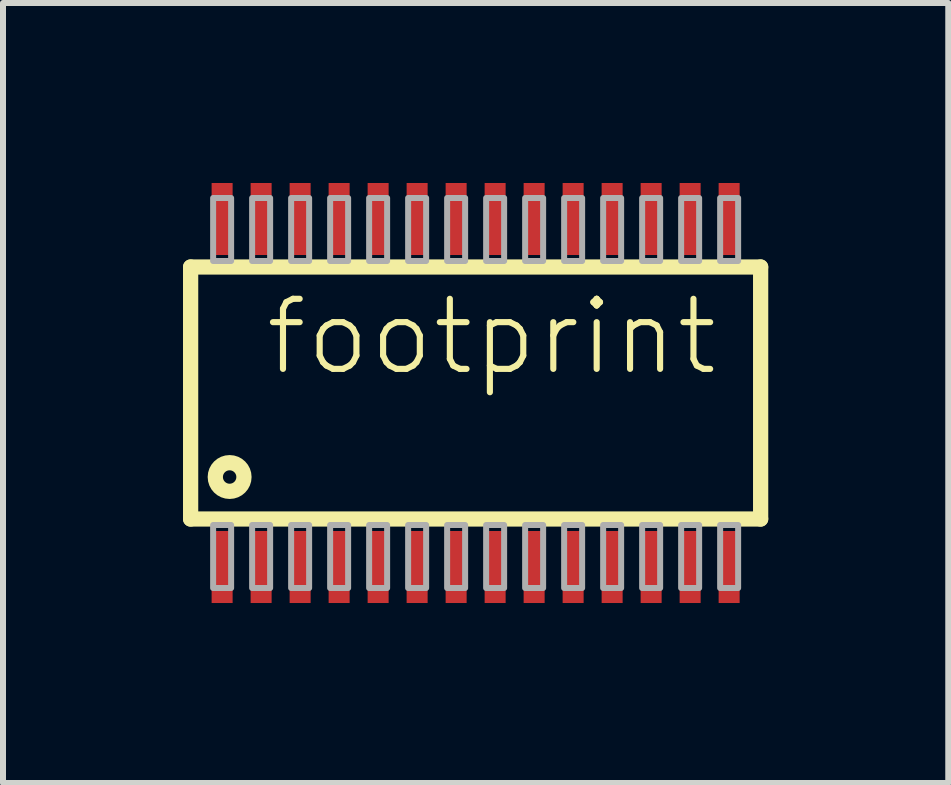
<source format=kicad_pcb>
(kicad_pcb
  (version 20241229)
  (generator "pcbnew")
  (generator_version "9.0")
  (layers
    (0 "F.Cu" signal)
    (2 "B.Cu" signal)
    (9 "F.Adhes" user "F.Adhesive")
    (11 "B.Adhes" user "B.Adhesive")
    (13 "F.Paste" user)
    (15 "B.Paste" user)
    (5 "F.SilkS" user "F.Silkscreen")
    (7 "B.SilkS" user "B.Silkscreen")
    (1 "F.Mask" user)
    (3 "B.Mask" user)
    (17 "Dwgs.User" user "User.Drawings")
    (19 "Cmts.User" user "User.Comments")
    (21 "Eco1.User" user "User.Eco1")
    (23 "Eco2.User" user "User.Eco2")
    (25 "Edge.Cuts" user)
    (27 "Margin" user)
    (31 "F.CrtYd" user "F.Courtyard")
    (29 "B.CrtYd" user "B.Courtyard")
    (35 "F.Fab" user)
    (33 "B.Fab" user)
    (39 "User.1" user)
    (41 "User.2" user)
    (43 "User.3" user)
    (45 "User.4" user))
  (footprint "footprint"
    (layer "F.Cu")
    (at 4.877 3.5)
    (property "Reference" "footprint" (at -3.556 -0.254 0) (layer "F.SilkS") (effects (font (size 1.168 1.168) (thickness 0.102)) (justify left bottom)))
    (fp_line (start -4.75 -2.1) (end -4.75 2.1) (stroke (width 0.254) (type solid)) (layer "F.SilkS"))
    (fp_line (start -4.75 2.1) (end 4.75 2.1) (stroke (width 0.254) (type solid)) (layer "F.SilkS"))
    (fp_line (start 4.75 -2.1) (end -4.75 -2.1) (stroke (width 0.254) (type solid)) (layer "F.SilkS"))
    (fp_line (start 4.75 2.1) (end 4.75 -2.1) (stroke (width 0.254) (type solid)) (layer "F.SilkS"))
    (fp_circle (center -4.1 1.4) (end -3.988 1.4) (stroke (width 0.254) (type solid)) (fill no) (layer "F.SilkS"))
    (fp_poly (pts (xy -4.375 -2.2) (xy -4.075 -2.2) (xy -4.075 -3.25) (xy -4.375 -3.25)) (stroke (width 0.1) (type solid)) (fill no) (layer "F.Fab"))
    (fp_poly (pts (xy -4.375 3.25) (xy -4.075 3.25) (xy -4.075 2.2) (xy -4.375 2.2)) (stroke (width 0.1) (type solid)) (fill no) (layer "F.Fab"))
    (fp_poly (pts (xy -3.725 -2.2) (xy -3.425 -2.2) (xy -3.425 -3.25) (xy -3.725 -3.25)) (stroke (width 0.1) (type solid)) (fill no) (layer "F.Fab"))
    (fp_poly (pts (xy -3.725 3.25) (xy -3.425 3.25) (xy -3.425 2.2) (xy -3.725 2.2)) (stroke (width 0.1) (type solid)) (fill no) (layer "F.Fab"))
    (fp_poly (pts (xy -3.075 -2.2) (xy -2.775 -2.2) (xy -2.775 -3.25) (xy -3.075 -3.25)) (stroke (width 0.1) (type solid)) (fill no) (layer "F.Fab"))
    (fp_poly (pts (xy -3.075 3.25) (xy -2.775 3.25) (xy -2.775 2.2) (xy -3.075 2.2)) (stroke (width 0.1) (type solid)) (fill no) (layer "F.Fab"))
    (fp_poly (pts (xy -2.425 -2.2) (xy -2.125 -2.2) (xy -2.125 -3.25) (xy -2.425 -3.25)) (stroke (width 0.1) (type solid)) (fill no) (layer "F.Fab"))
    (fp_poly (pts (xy -2.425 3.25) (xy -2.125 3.25) (xy -2.125 2.2) (xy -2.425 2.2)) (stroke (width 0.1) (type solid)) (fill no) (layer "F.Fab"))
    (fp_poly (pts (xy -1.775 -2.2) (xy -1.475 -2.2) (xy -1.475 -3.25) (xy -1.775 -3.25)) (stroke (width 0.1) (type solid)) (fill no) (layer "F.Fab"))
    (fp_poly (pts (xy -1.775 3.25) (xy -1.475 3.25) (xy -1.475 2.2) (xy -1.775 2.2)) (stroke (width 0.1) (type solid)) (fill no) (layer "F.Fab"))
    (fp_poly (pts (xy -1.125 -2.2) (xy -0.825 -2.2) (xy -0.825 -3.25) (xy -1.125 -3.25)) (stroke (width 0.1) (type solid)) (fill no) (layer "F.Fab"))
    (fp_poly (pts (xy -1.125 3.25) (xy -0.825 3.25) (xy -0.825 2.2) (xy -1.125 2.2)) (stroke (width 0.1) (type solid)) (fill no) (layer "F.Fab"))
    (fp_poly (pts (xy -0.475 -2.2) (xy -0.175 -2.2) (xy -0.175 -3.25) (xy -0.475 -3.25)) (stroke (width 0.1) (type solid)) (fill no) (layer "F.Fab"))
    (fp_poly (pts (xy -0.475 3.25) (xy -0.175 3.25) (xy -0.175 2.2) (xy -0.475 2.2)) (stroke (width 0.1) (type solid)) (fill no) (layer "F.Fab"))
    (fp_poly (pts (xy 0.175 -2.2) (xy 0.475 -2.2) (xy 0.475 -3.25) (xy 0.175 -3.25)) (stroke (width 0.1) (type solid)) (fill no) (layer "F.Fab"))
    (fp_poly (pts (xy 0.175 3.25) (xy 0.475 3.25) (xy 0.475 2.2) (xy 0.175 2.2)) (stroke (width 0.1) (type solid)) (fill no) (layer "F.Fab"))
    (fp_poly (pts (xy 0.825 -2.2) (xy 1.125 -2.2) (xy 1.125 -3.25) (xy 0.825 -3.25)) (stroke (width 0.1) (type solid)) (fill no) (layer "F.Fab"))
    (fp_poly (pts (xy 0.825 3.25) (xy 1.125 3.25) (xy 1.125 2.2) (xy 0.825 2.2)) (stroke (width 0.1) (type solid)) (fill no) (layer "F.Fab"))
    (fp_poly (pts (xy 1.475 -2.2) (xy 1.775 -2.2) (xy 1.775 -3.25) (xy 1.475 -3.25)) (stroke (width 0.1) (type solid)) (fill no) (layer "F.Fab"))
    (fp_poly (pts (xy 1.475 3.25) (xy 1.775 3.25) (xy 1.775 2.2) (xy 1.475 2.2)) (stroke (width 0.1) (type solid)) (fill no) (layer "F.Fab"))
    (fp_poly (pts (xy 2.125 -2.2) (xy 2.425 -2.2) (xy 2.425 -3.25) (xy 2.125 -3.25)) (stroke (width 0.1) (type solid)) (fill no) (layer "F.Fab"))
    (fp_poly (pts (xy 2.125 3.25) (xy 2.425 3.25) (xy 2.425 2.2) (xy 2.125 2.2)) (stroke (width 0.1) (type solid)) (fill no) (layer "F.Fab"))
    (fp_poly (pts (xy 2.775 -2.2) (xy 3.075 -2.2) (xy 3.075 -3.25) (xy 2.775 -3.25)) (stroke (width 0.1) (type solid)) (fill no) (layer "F.Fab"))
    (fp_poly (pts (xy 2.775 3.25) (xy 3.075 3.25) (xy 3.075 2.2) (xy 2.775 2.2)) (stroke (width 0.1) (type solid)) (fill no) (layer "F.Fab"))
    (fp_poly (pts (xy 3.425 -2.2) (xy 3.725 -2.2) (xy 3.725 -3.25) (xy 3.425 -3.25)) (stroke (width 0.1) (type solid)) (fill no) (layer "F.Fab"))
    (fp_poly (pts (xy 3.425 3.25) (xy 3.725 3.25) (xy 3.725 2.2) (xy 3.425 2.2)) (stroke (width 0.1) (type solid)) (fill no) (layer "F.Fab"))
    (fp_poly (pts (xy 4.075 -2.2) (xy 4.375 -2.2) (xy 4.375 -3.25) (xy 4.075 -3.25)) (stroke (width 0.1) (type solid)) (fill no) (layer "F.Fab"))
    (fp_poly (pts (xy 4.075 3.25) (xy 4.375 3.25) (xy 4.375 2.2) (xy 4.075 2.2)) (stroke (width 0.1) (type solid)) (fill no) (layer "F.Fab"))
    (pad "1" smd rect (at -4.225 2.9) (size 0.35 1.2) (layers "F.Cu" "F.Mask" "F.Paste"))
    (pad "2" smd rect (at -3.575 2.9) (size 0.35 1.2) (layers "F.Cu" "F.Mask" "F.Paste"))
    (pad "3" smd rect (at -2.925 2.9) (size 0.35 1.2) (layers "F.Cu" "F.Mask" "F.Paste"))
    (pad "4" smd rect (at -2.275 2.9) (size 0.35 1.2) (layers "F.Cu" "F.Mask" "F.Paste"))
    (pad "5" smd rect (at -1.625 2.9) (size 0.35 1.2) (layers "F.Cu" "F.Mask" "F.Paste"))
    (pad "6" smd rect (at -0.975 2.9) (size 0.35 1.2) (layers "F.Cu" "F.Mask" "F.Paste"))
    (pad "7" smd rect (at -0.325 2.9) (size 0.35 1.2) (layers "F.Cu" "F.Mask" "F.Paste"))
    (pad "8" smd rect (at 0.325 2.9) (size 0.35 1.2) (layers "F.Cu" "F.Mask" "F.Paste"))
    (pad "9" smd rect (at 0.975 2.9) (size 0.35 1.2) (layers "F.Cu" "F.Mask" "F.Paste"))
    (pad "10" smd rect (at 1.625 2.9) (size 0.35 1.2) (layers "F.Cu" "F.Mask" "F.Paste"))
    (pad "11" smd rect (at 2.275 2.9) (size 0.35 1.2) (layers "F.Cu" "F.Mask" "F.Paste"))
    (pad "12" smd rect (at 2.925 2.9) (size 0.35 1.2) (layers "F.Cu" "F.Mask" "F.Paste"))
    (pad "13" smd rect (at 3.575 2.9) (size 0.35 1.2) (layers "F.Cu" "F.Mask" "F.Paste"))
    (pad "14" smd rect (at 4.225 2.9) (size 0.35 1.2) (layers "F.Cu" "F.Mask" "F.Paste"))
    (pad "15" smd rect (at 4.225 -2.9) (size 0.35 1.2) (layers "F.Cu" "F.Mask" "F.Paste"))
    (pad "16" smd rect (at 3.575 -2.9) (size 0.35 1.2) (layers "F.Cu" "F.Mask" "F.Paste"))
    (pad "17" smd rect (at 2.925 -2.9) (size 0.35 1.2) (layers "F.Cu" "F.Mask" "F.Paste"))
    (pad "18" smd rect (at 2.275 -2.9) (size 0.35 1.2) (layers "F.Cu" "F.Mask" "F.Paste"))
    (pad "19" smd rect (at 1.625 -2.9) (size 0.35 1.2) (layers "F.Cu" "F.Mask" "F.Paste"))
    (pad "20" smd rect (at 0.975 -2.9) (size 0.35 1.2) (layers "F.Cu" "F.Mask" "F.Paste"))
    (pad "21" smd rect (at 0.325 -2.9) (size 0.35 1.2) (layers "F.Cu" "F.Mask" "F.Paste"))
    (pad "22" smd rect (at -0.325 -2.9) (size 0.35 1.2) (layers "F.Cu" "F.Mask" "F.Paste"))
    (pad "23" smd rect (at -0.975 -2.9) (size 0.35 1.2) (layers "F.Cu" "F.Mask" "F.Paste"))
    (pad "24" smd rect (at -1.625 -2.9) (size 0.35 1.2) (layers "F.Cu" "F.Mask" "F.Paste"))
    (pad "25" smd rect (at -2.275 -2.9) (size 0.35 1.2) (layers "F.Cu" "F.Mask" "F.Paste"))
    (pad "26" smd rect (at -2.925 -2.9) (size 0.35 1.2) (layers "F.Cu" "F.Mask" "F.Paste"))
    (pad "27" smd rect (at -3.575 -2.9) (size 0.35 1.2) (layers "F.Cu" "F.Mask" "F.Paste"))
    (pad "28" smd rect (at -4.225 -2.9) (size 0.35 1.2) (layers "F.Cu" "F.Mask" "F.Paste")))
  (gr_rect
    (start -3 -3)
    (end 12.754 10)
    (stroke (width 0.1) (type default))
    (fill no)
    (layer "Edge.Cuts")))
</source>
